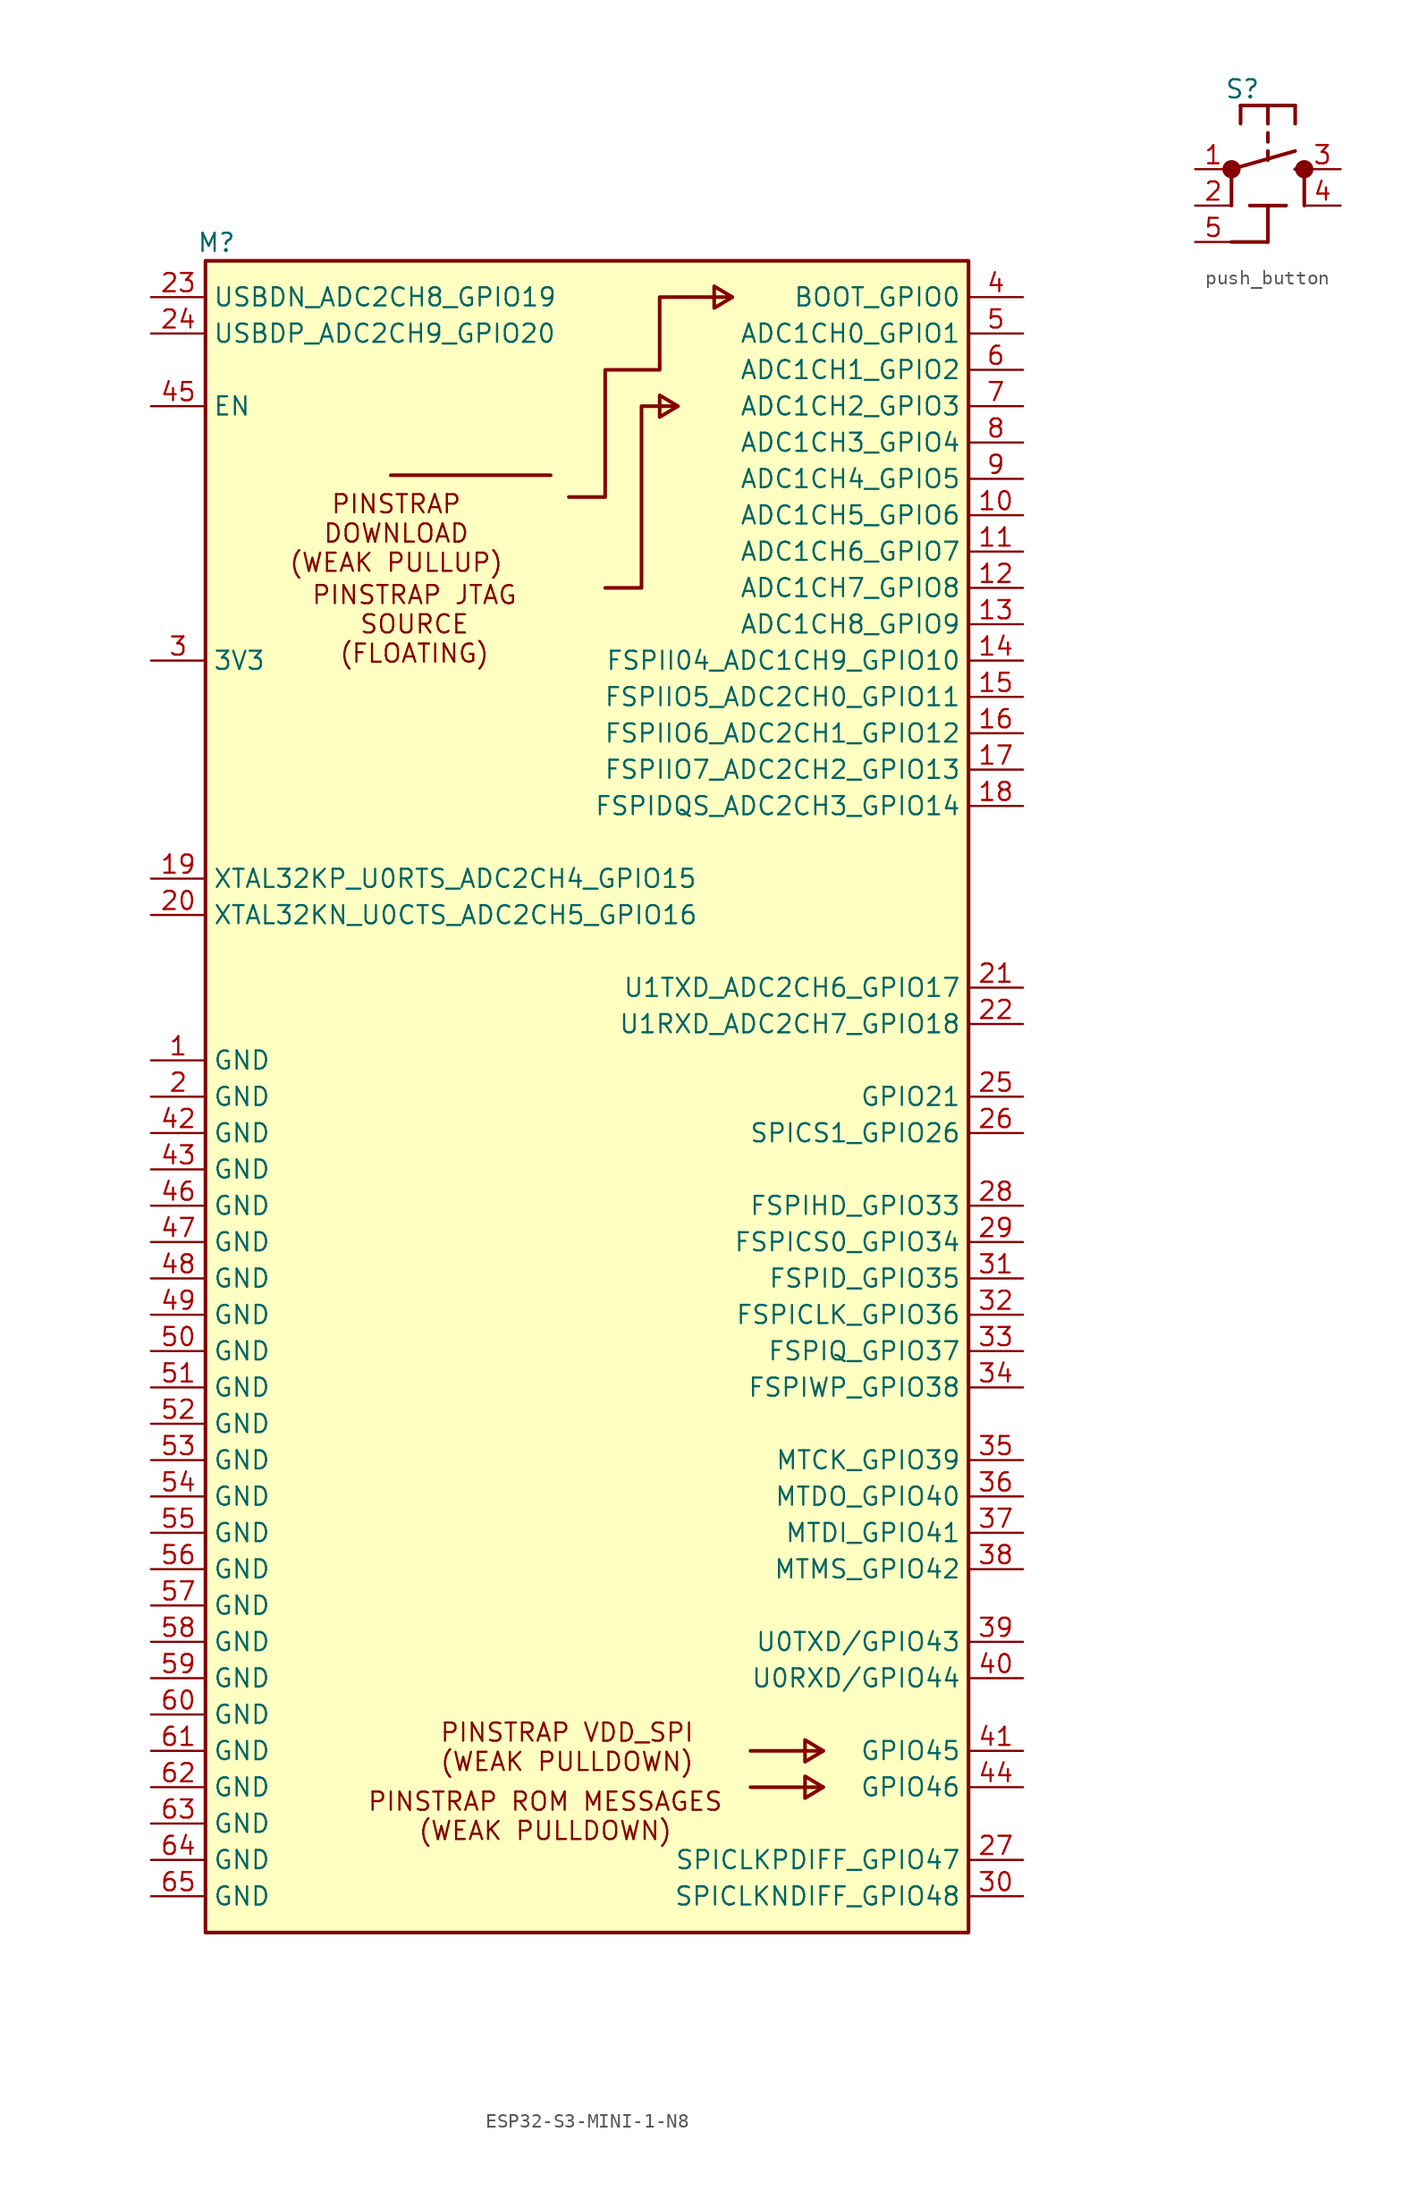
<source format=kicad_sym>
(kicad_symbol_lib
  (version 20231120)
  (generator "kicad_symbol_editor")
  (generator_version "8.0")
  (symbol "ESP32-S3-MINI-1-N8"
    (property "Reference" "M"
      (at 0.762 118.11 0)
      (effects (font (size 1.27 1.27))))
    (property "Value" ""
      (at 0 0 0)
      (effects (font (size 1.27 1.27))))
    (symbol "ESP32-S3-MINI-1-N8_1_0"
      (polyline (pts (xy 12.954 101.854) (xy 24.13 101.854)) (stroke (width 0.254) (type solid)) (fill (type none)))
      (polyline (pts (xy 43.18 10.16) (xy 38.1 10.16)) (stroke (width 0.254) (type solid)) (fill (type none)))
      (polyline (pts (xy 43.18 12.7) (xy 38.1 12.7)) (stroke (width 0.254) (type solid)) (fill (type none)))
      (polyline (pts (xy 33.02 106.68) (xy 30.48 106.68) (xy 30.48 93.98) (xy 27.94 93.98)) (stroke (width 0.254) (type solid)) (fill (type none)))
      (polyline (pts (xy 33.02 106.68) (xy 31.75 107.442) (xy 31.75 105.918) (xy 33.02 106.68)) (stroke (width 0.254) (type solid)) (fill (type none)))
      (polyline (pts (xy 36.83 114.3) (xy 35.56 115.062) (xy 35.56 113.538) (xy 36.83 114.3)) (stroke (width 0.254) (type solid)) (fill (type none)))
      (polyline (pts (xy 43.18 10.16) (xy 41.91 10.922) (xy 41.91 9.398) (xy 43.18 10.16)) (stroke (width 0.254) (type solid)) (fill (type none)))
      (polyline (pts (xy 43.18 12.7) (xy 41.91 13.462) (xy 41.91 11.938) (xy 43.18 12.7)) (stroke (width 0.254) (type solid)) (fill (type none)))
      (polyline (pts (xy 36.83 114.3) (xy 31.75 114.3) (xy 31.75 109.22) (xy 27.94 109.22) (xy 27.94 100.33) (xy 25.4 100.33)) (stroke (width 0.254) (type solid)) (fill (type none)))
      (rectangle (start 53.34 116.84) (end 0 0) (stroke (width 0.254) (type solid) (color 128 0 0 1)) (fill (type background)))
      (text_box "PINSTRAP DOWNLOAD\n(WEAK PULLUP)" (at 24.13 101.6 0) (size -21.59 -5.08) (stroke (width -0.0001) (type default)) (fill (type none)) (effects (font (size 1.27 1.27)) (justify top)))
      (text_box "PINSTRAP JTAG SOURCE\n(FLOATING)" (at 26.67 95.25 0) (size -24.13 -5.08) (stroke (width -0.0001) (type default)) (fill (type none)) (effects (font (size 1.27 1.27)) (justify top)))
      (text_box "PINSTRAP ROM MESSAGES\n(WEAK PULLDOWN)" (at 37.338 10.922 0) (size -27.178 -4.318) (stroke (width -0.0001) (type default)) (fill (type none)) (effects (font (size 1.27 1.27)) (justify top)))
      (text_box "PINSTRAP VDD_SPI\n(WEAK PULLDOWN)" (at 37.338 15.748 0) (size -24.13 -5.08) (stroke (width -0.0001) (type default)) (fill (type none)) (effects (font (size 1.27 1.27)) (justify top)))
      (pin passive line (at -3.81 60.96 0) (length 3.81) (name "GND" (effects (font (size 1.27 1.27)))) (number "1" (effects (font (size 1.27 1.27)))))
      (pin passive line (at 57.15 99.06 180) (length 3.81) (name "ADC1CH5_GPIO6" (effects (font (size 1.27 1.27)))) (number "10" (effects (font (size 1.27 1.27)))))
      (pin passive line (at 57.15 96.52 180) (length 3.81) (name "ADC1CH6_GPIO7" (effects (font (size 1.27 1.27)))) (number "11" (effects (font (size 1.27 1.27)))))
      (pin passive line (at 57.15 93.98 180) (length 3.81) (name "ADC1CH7_GPIO8" (effects (font (size 1.27 1.27)))) (number "12" (effects (font (size 1.27 1.27)))))
      (pin passive line (at 57.15 91.44 180) (length 3.81) (name "ADC1CH8_GPIO9" (effects (font (size 1.27 1.27)))) (number "13" (effects (font (size 1.27 1.27)))))
      (pin passive line (at 57.15 88.9 180) (length 3.81) (name "FSPII04_ADC1CH9_GPIO10" (effects (font (size 1.27 1.27)))) (number "14" (effects (font (size 1.27 1.27)))))
      (pin passive line (at 57.15 86.36 180) (length 3.81) (name "FSPIIO5_ADC2CH0_GPIO11" (effects (font (size 1.27 1.27)))) (number "15" (effects (font (size 1.27 1.27)))))
      (pin passive line (at 57.15 83.82 180) (length 3.81) (name "FSPIIO6_ADC2CH1_GPIO12" (effects (font (size 1.27 1.27)))) (number "16" (effects (font (size 1.27 1.27)))))
      (pin passive line (at 57.15 81.28 180) (length 3.81) (name "FSPIIO7_ADC2CH2_GPIO13" (effects (font (size 1.27 1.27)))) (number "17" (effects (font (size 1.27 1.27)))))
      (pin passive line (at 57.15 78.74 180) (length 3.81) (name "FSPIDQS_ADC2CH3_GPIO14" (effects (font (size 1.27 1.27)))) (number "18" (effects (font (size 1.27 1.27)))))
      (pin passive line (at -3.81 73.66 0) (length 3.81) (name "XTAL32KP_U0RTS_ADC2CH4_GPIO15" (effects (font (size 1.27 1.27)))) (number "19" (effects (font (size 1.27 1.27)))))
      (pin passive line (at -3.81 58.42 0) (length 3.81) (name "GND" (effects (font (size 1.27 1.27)))) (number "2" (effects (font (size 1.27 1.27)))))
      (pin passive line (at -3.81 71.12 0) (length 3.81) (name "XTAL32KN_U0CTS_ADC2CH5_GPIO16" (effects (font (size 1.27 1.27)))) (number "20" (effects (font (size 1.27 1.27)))))
      (pin passive line (at 57.15 66.04 180) (length 3.81) (name "U1TXD_ADC2CH6_GPIO17" (effects (font (size 1.27 1.27)))) (number "21" (effects (font (size 1.27 1.27)))))
      (pin passive line (at 57.15 63.5 180) (length 3.81) (name "U1RXD_ADC2CH7_GPIO18" (effects (font (size 1.27 1.27)))) (number "22" (effects (font (size 1.27 1.27)))))
      (pin passive line (at -3.81 114.3 0) (length 3.81) (name "USBDN_ADC2CH8_GPIO19" (effects (font (size 1.27 1.27)))) (number "23" (effects (font (size 1.27 1.27)))))
      (pin passive line (at -3.81 111.76 0) (length 3.81) (name "USBDP_ADC2CH9_GPIO20" (effects (font (size 1.27 1.27)))) (number "24" (effects (font (size 1.27 1.27)))))
      (pin passive line (at 57.15 58.42 180) (length 3.81) (name "GPIO21" (effects (font (size 1.27 1.27)))) (number "25" (effects (font (size 1.27 1.27)))))
      (pin passive line (at 57.15 55.88 180) (length 3.81) (name "SPICS1_GPIO26" (effects (font (size 1.27 1.27)))) (number "26" (effects (font (size 1.27 1.27)))))
      (pin passive line (at 57.15 5.08 180) (length 3.81) (name "SPICLKPDIFF_GPIO47" (effects (font (size 1.27 1.27)))) (number "27" (effects (font (size 1.27 1.27)))))
      (pin passive line (at 57.15 50.8 180) (length 3.81) (name "FSPIHD_GPIO33" (effects (font (size 1.27 1.27)))) (number "28" (effects (font (size 1.27 1.27)))))
      (pin passive line (at 57.15 48.26 180) (length 3.81) (name "FSPICS0_GPIO34" (effects (font (size 1.27 1.27)))) (number "29" (effects (font (size 1.27 1.27)))))
      (pin passive line (at -3.81 88.9 0) (length 3.81) (name "3V3" (effects (font (size 1.27 1.27)))) (number "3" (effects (font (size 1.27 1.27)))))
      (pin passive line (at 57.15 2.54 180) (length 3.81) (name "SPICLKNDIFF_GPIO48" (effects (font (size 1.27 1.27)))) (number "30" (effects (font (size 1.27 1.27)))))
      (pin passive line (at 57.15 45.72 180) (length 3.81) (name "FSPID_GPIO35" (effects (font (size 1.27 1.27)))) (number "31" (effects (font (size 1.27 1.27)))))
      (pin passive line (at 57.15 43.18 180) (length 3.81) (name "FSPICLK_GPIO36" (effects (font (size 1.27 1.27)))) (number "32" (effects (font (size 1.27 1.27)))))
      (pin passive line (at 57.15 40.64 180) (length 3.81) (name "FSPIQ_GPIO37" (effects (font (size 1.27 1.27)))) (number "33" (effects (font (size 1.27 1.27)))))
      (pin passive line (at 57.15 38.1 180) (length 3.81) (name "FSPIWP_GPIO38" (effects (font (size 1.27 1.27)))) (number "34" (effects (font (size 1.27 1.27)))))
      (pin passive line (at 57.15 33.02 180) (length 3.81) (name "MTCK_GPIO39" (effects (font (size 1.27 1.27)))) (number "35" (effects (font (size 1.27 1.27)))))
      (pin passive line (at 57.15 30.48 180) (length 3.81) (name "MTDO_GPIO40" (effects (font (size 1.27 1.27)))) (number "36" (effects (font (size 1.27 1.27)))))
      (pin passive line (at 57.15 27.94 180) (length 3.81) (name "MTDI_GPIO41" (effects (font (size 1.27 1.27)))) (number "37" (effects (font (size 1.27 1.27)))))
      (pin passive line (at 57.15 25.4 180) (length 3.81) (name "MTMS_GPIO42" (effects (font (size 1.27 1.27)))) (number "38" (effects (font (size 1.27 1.27)))))
      (pin passive line (at 57.15 20.32 180) (length 3.81) (name "U0TXD/GPIO43" (effects (font (size 1.27 1.27)))) (number "39" (effects (font (size 1.27 1.27)))))
      (pin passive line (at 57.15 114.3 180) (length 3.81) (name "BOOT_GPIO0" (effects (font (size 1.27 1.27)))) (number "4" (effects (font (size 1.27 1.27)))))
      (pin passive line (at 57.15 17.78 180) (length 3.81) (name "U0RXD/GPIO44" (effects (font (size 1.27 1.27)))) (number "40" (effects (font (size 1.27 1.27)))))
      (pin passive line (at 57.15 12.7 180) (length 3.81) (name "GPIO45" (effects (font (size 1.27 1.27)))) (number "41" (effects (font (size 1.27 1.27)))))
      (pin passive line (at -3.81 55.88 0) (length 3.81) (name "GND" (effects (font (size 1.27 1.27)))) (number "42" (effects (font (size 1.27 1.27)))))
      (pin passive line (at -3.81 53.34 0) (length 3.81) (name "GND" (effects (font (size 1.27 1.27)))) (number "43" (effects (font (size 1.27 1.27)))))
      (pin passive line (at 57.15 10.16 180) (length 3.81) (name "GPIO46" (effects (font (size 1.27 1.27)))) (number "44" (effects (font (size 1.27 1.27)))))
      (pin passive line (at -3.81 106.68 0) (length 3.81) (name "EN" (effects (font (size 1.27 1.27)))) (number "45" (effects (font (size 1.27 1.27)))))
      (pin passive line (at -3.81 50.8 0) (length 3.81) (name "GND" (effects (font (size 1.27 1.27)))) (number "46" (effects (font (size 1.27 1.27)))))
      (pin passive line (at -3.81 48.26 0) (length 3.81) (name "GND" (effects (font (size 1.27 1.27)))) (number "47" (effects (font (size 1.27 1.27)))))
      (pin passive line (at -3.81 45.72 0) (length 3.81) (name "GND" (effects (font (size 1.27 1.27)))) (number "48" (effects (font (size 1.27 1.27)))))
      (pin passive line (at -3.81 43.18 0) (length 3.81) (name "GND" (effects (font (size 1.27 1.27)))) (number "49" (effects (font (size 1.27 1.27)))))
      (pin passive line (at 57.15 111.76 180) (length 3.81) (name "ADC1CH0_GPIO1" (effects (font (size 1.27 1.27)))) (number "5" (effects (font (size 1.27 1.27)))))
      (pin passive line (at -3.81 40.64 0) (length 3.81) (name "GND" (effects (font (size 1.27 1.27)))) (number "50" (effects (font (size 1.27 1.27)))))
      (pin passive line (at -3.81 38.1 0) (length 3.81) (name "GND" (effects (font (size 1.27 1.27)))) (number "51" (effects (font (size 1.27 1.27)))))
      (pin passive line (at -3.81 35.56 0) (length 3.81) (name "GND" (effects (font (size 1.27 1.27)))) (number "52" (effects (font (size 1.27 1.27)))))
      (pin passive line (at -3.81 33.02 0) (length 3.81) (name "GND" (effects (font (size 1.27 1.27)))) (number "53" (effects (font (size 1.27 1.27)))))
      (pin passive line (at -3.81 30.48 0) (length 3.81) (name "GND" (effects (font (size 1.27 1.27)))) (number "54" (effects (font (size 1.27 1.27)))))
      (pin passive line (at -3.81 27.94 0) (length 3.81) (name "GND" (effects (font (size 1.27 1.27)))) (number "55" (effects (font (size 1.27 1.27)))))
      (pin passive line (at -3.81 25.4 0) (length 3.81) (name "GND" (effects (font (size 1.27 1.27)))) (number "56" (effects (font (size 1.27 1.27)))))
      (pin passive line (at -3.81 22.86 0) (length 3.81) (name "GND" (effects (font (size 1.27 1.27)))) (number "57" (effects (font (size 1.27 1.27)))))
      (pin passive line (at -3.81 20.32 0) (length 3.81) (name "GND" (effects (font (size 1.27 1.27)))) (number "58" (effects (font (size 1.27 1.27)))))
      (pin passive line (at -3.81 17.78 0) (length 3.81) (name "GND" (effects (font (size 1.27 1.27)))) (number "59" (effects (font (size 1.27 1.27)))))
      (pin passive line (at 57.15 109.22 180) (length 3.81) (name "ADC1CH1_GPIO2" (effects (font (size 1.27 1.27)))) (number "6" (effects (font (size 1.27 1.27)))))
      (pin passive line (at -3.81 15.24 0) (length 3.81) (name "GND" (effects (font (size 1.27 1.27)))) (number "60" (effects (font (size 1.27 1.27)))))
      (pin passive line (at -3.81 12.7 0) (length 3.81) (name "GND" (effects (font (size 1.27 1.27)))) (number "61" (effects (font (size 1.27 1.27)))))
      (pin passive line (at -3.81 10.16 0) (length 3.81) (name "GND" (effects (font (size 1.27 1.27)))) (number "62" (effects (font (size 1.27 1.27)))))
      (pin passive line (at -3.81 7.62 0) (length 3.81) (name "GND" (effects (font (size 1.27 1.27)))) (number "63" (effects (font (size 1.27 1.27)))))
      (pin passive line (at -3.81 5.08 0) (length 3.81) (name "GND" (effects (font (size 1.27 1.27)))) (number "64" (effects (font (size 1.27 1.27)))))
      (pin passive line (at -3.81 2.54 0) (length 3.81) (name "GND" (effects (font (size 1.27 1.27)))) (number "65" (effects (font (size 1.27 1.27)))))
      (pin passive line (at 57.15 106.68 180) (length 3.81) (name "ADC1CH2_GPIO3" (effects (font (size 1.27 1.27)))) (number "7" (effects (font (size 1.27 1.27)))))
      (pin passive line (at 57.15 104.14 180) (length 3.81) (name "ADC1CH3_GPIO4" (effects (font (size 1.27 1.27)))) (number "8" (effects (font (size 1.27 1.27)))))
      (pin passive line (at 57.15 101.6 180) (length 3.81) (name "ADC1CH4_GPIO5" (effects (font (size 1.27 1.27)))) (number "9" (effects (font (size 1.27 1.27)))))))
  (symbol "push_button"
    (property "Reference" "S"
      (at 0.762 10.668 0)
      (effects (font (size 1.27 1.27))))
    (property "Value" ""
      (at 0 0 0)
      (effects (font (size 1.27 1.27))))
    (symbol "push_button_1_0"
      (polyline (pts (xy 0 5.08) (xy 0 2.54)) (stroke (width 0.254) (type solid)) (fill (type none)))
      (polyline (pts (xy 0.635 8.255) (xy 0.635 9.525)) (stroke (width 0.254) (type solid)) (fill (type none)))
      (polyline (pts (xy 0.635 9.525) (xy 2.54 9.525)) (stroke (width 0.254) (type solid)) (fill (type none)))
      (polyline (pts (xy 1.27 2.54) (xy 2.54 2.54)) (stroke (width 0.254) (type solid)) (fill (type none)))
      (polyline (pts (xy 2.54 0) (xy 0 0)) (stroke (width 0.254) (type solid)) (fill (type none)))
      (polyline (pts (xy 2.54 2.54) (xy 2.54 0)) (stroke (width 0.254) (type solid)) (fill (type none)))
      (polyline (pts (xy 2.54 5.715) (xy 2.54 6.35)) (stroke (width 0.254) (type solid)) (fill (type none)))
      (polyline (pts (xy 2.54 6.985) (xy 2.54 7.62)) (stroke (width 0.254) (type solid)) (fill (type none)))
      (polyline (pts (xy 2.54 8.255) (xy 2.54 9.525)) (stroke (width 0.254) (type solid)) (fill (type none)))
      (polyline (pts (xy 2.54 9.525) (xy 4.445 9.525)) (stroke (width 0.254) (type solid)) (fill (type none)))
      (polyline (pts (xy 3.81 2.54) (xy 2.54 2.54)) (stroke (width 0.254) (type solid)) (fill (type none)))
      (polyline (pts (xy 4.445 6.35) (xy 0 5.08)) (stroke (width 0.254) (type solid)) (fill (type none)))
      (polyline (pts (xy 4.445 8.255) (xy 4.445 9.525)) (stroke (width 0.254) (type solid)) (fill (type none)))
      (polyline (pts (xy 5.08 5.08) (xy 4.445 5.08)) (stroke (width 0.254) (type solid)) (fill (type none)))
      (polyline (pts (xy 5.08 5.08) (xy 5.08 2.54)) (stroke (width 0.254) (type solid)) (fill (type none)))
      (circle (center 0 5.08) (radius 0.127) (stroke (width 0.508) (type solid)) (fill (type none)))
      (circle (center 5.08 5.08) (radius 0.127) (stroke (width 0.508) (type solid)) (fill (type none)))
      (pin passive line (at -2.54 5.08 0) (length 2.54) (name "1" (effects (font (size 0 0)))) (number "1" (effects (font (size 1.27 1.27)))))
      (pin passive line (at -2.54 2.54 0) (length 2.54) (name "2" (effects (font (size 0 0)))) (number "2" (effects (font (size 1.27 1.27)))))
      (pin passive line (at 7.62 5.08 180) (length 2.54) (name "3" (effects (font (size 0 0)))) (number "3" (effects (font (size 1.27 1.27)))))
      (pin passive line (at 7.62 2.54 180) (length 2.54) (name "4" (effects (font (size 0 0)))) (number "4" (effects (font (size 1.27 1.27)))))
      (pin power_in line (at -2.54 0 0) (length 2.54) (name "5-GND" (effects (font (size 0 0)))) (number "5" (effects (font (size 1.27 1.27))))))))
</source>
